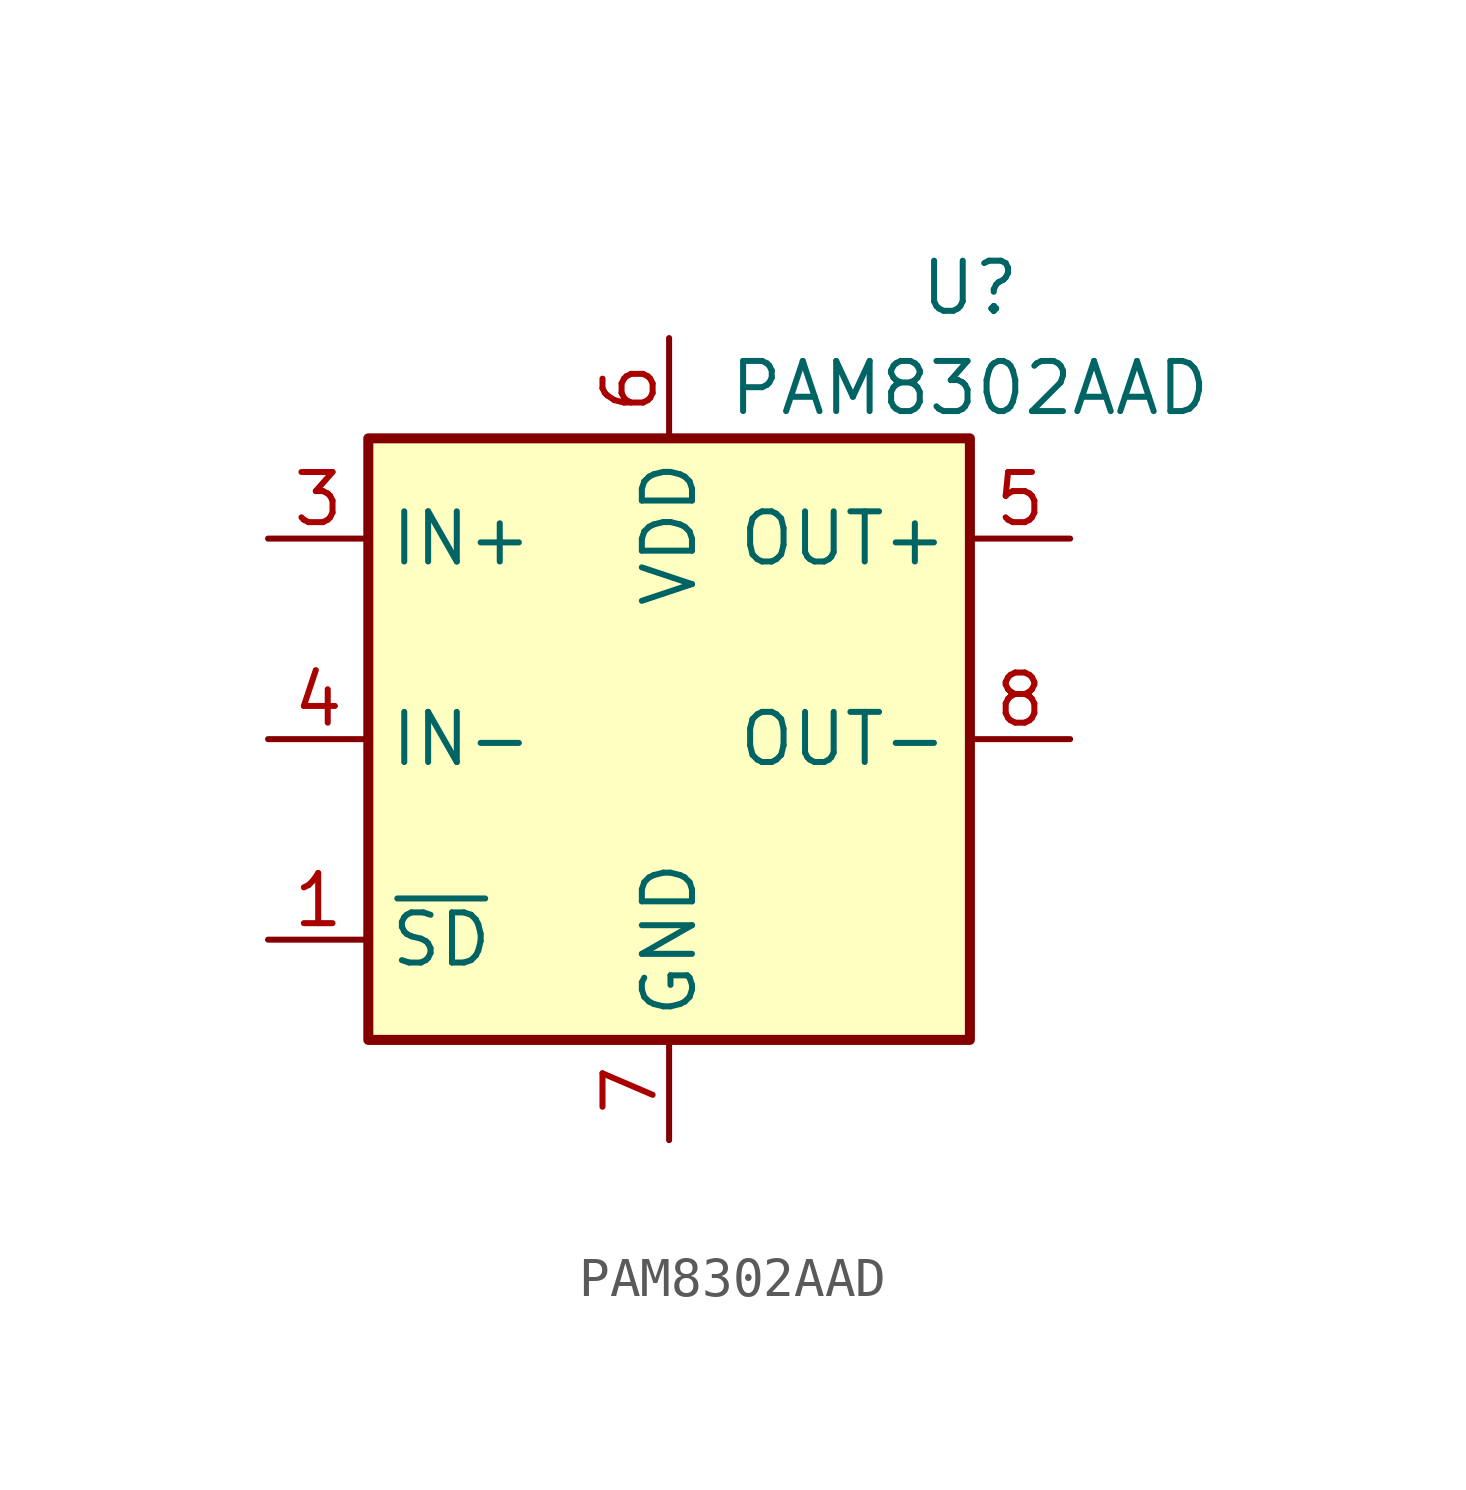
<source format=kicad_sym>
(kicad_symbol_lib
  (version 20211014)
  (generator kicad_symbol_editor)
  (symbol "PAM8302AAD"
    (property "Reference" "U"
      (at 7.62 11.43 0)
      (effects (font (size 1.27 1.27))))
    (property "Value" "PAM8302AAD"
      (at 7.62 8.89 0)
      (effects (font (size 1.27 1.27))))
    (symbol "PAM8302AAD_0_1"
      (rectangle (start -7.62 7.62) (end 7.62 -7.62) (stroke (width 0.254) (type default) (color 0 0 0 0)) (fill (type background))))
    (symbol "PAM8302AAD_1_1"
      (pin input line (at -10.16 -5.08 0) (length 2.54) (name "~{SD}" (effects (font (size 1.27 1.27)))) (number "1" (effects (font (size 1.27 1.27)))))
      (pin no_connect line (at 7.62 -5.08 180) (length 2.54) hide (name "NC" (effects (font (size 1.27 1.27)))) (number "2" (effects (font (size 1.27 1.27)))))
      (pin input line (at -10.16 5.08 0) (length 2.54) (name "IN+" (effects (font (size 1.27 1.27)))) (number "3" (effects (font (size 1.27 1.27)))))
      (pin input line (at -10.16 0 0) (length 2.54) (name "IN-" (effects (font (size 1.27 1.27)))) (number "4" (effects (font (size 1.27 1.27)))))
      (pin passive line (at 10.16 5.08 180) (length 2.54) (name "OUT+" (effects (font (size 1.27 1.27)))) (number "5" (effects (font (size 1.27 1.27)))))
      (pin power_in line (at 0 10.16 270) (length 2.54) (name "VDD" (effects (font (size 1.27 1.27)))) (number "6" (effects (font (size 1.27 1.27)))))
      (pin power_in line (at 0 -10.16 90) (length 2.54) (name "GND" (effects (font (size 1.27 1.27)))) (number "7" (effects (font (size 1.27 1.27)))))
      (pin passive line (at 10.16 0 180) (length 2.54) (name "OUT-" (effects (font (size 1.27 1.27)))) (number "8" (effects (font (size 1.27 1.27))))))))
</source>
